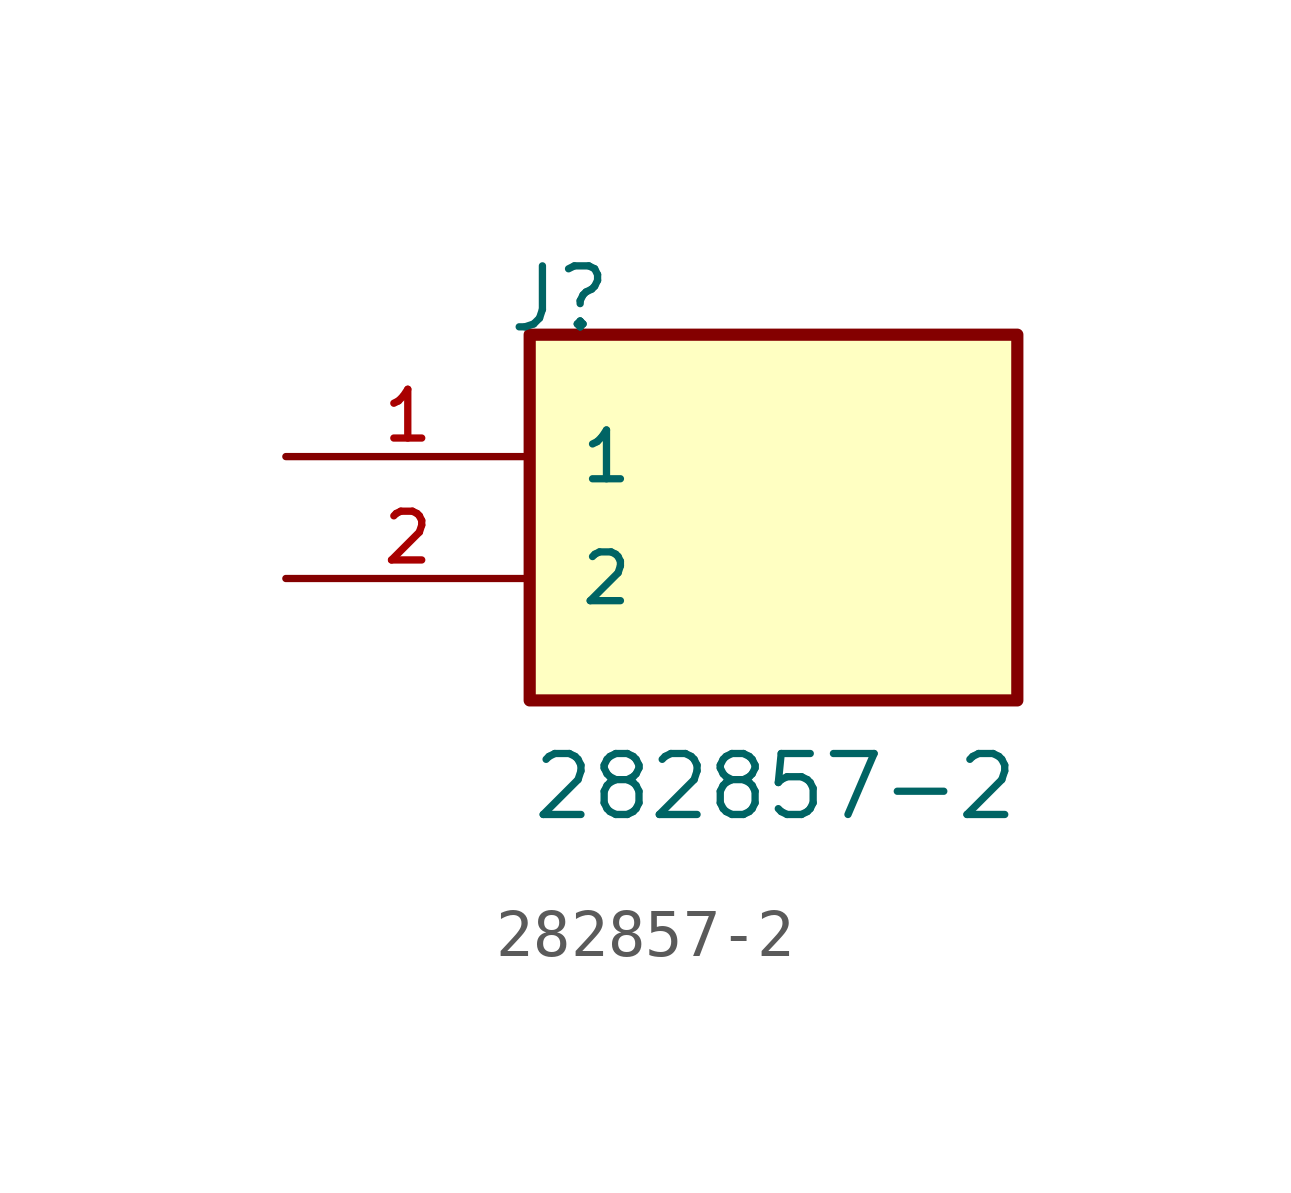
<source format=kicad_sym>
(kicad_symbol_lib
  (version 20211014)
  (generator kicad_symbol_editor)
  (symbol "282857-2"
    (pin_names
      (offset 1.016))
    (property "Reference" "J"
      (at -5.58 5.08 0)
      (effects (font (size 1.27 1.27)) (justify bottom left)))
    (property "Value" "282857-2"
      (at -5.08 -5.08 0)
      (effects (font (size 1.27 1.27)) (justify bottom left)))
    (symbol "282857-2_0_0"
      (rectangle (start -5.08 -2.54) (end 5.08 5.08) (stroke (width 0.254)) (fill (type background)))
      (pin passive line (at -10.16 2.54 0) (length 5.08) (name "1" (effects (font (size 1.016 1.016)))) (number "1" (effects (font (size 1.016 1.016)))))
      (pin passive line (at -10.16 0.0 0) (length 5.08) (name "2" (effects (font (size 1.016 1.016)))) (number "2" (effects (font (size 1.016 1.016))))))))
</source>
